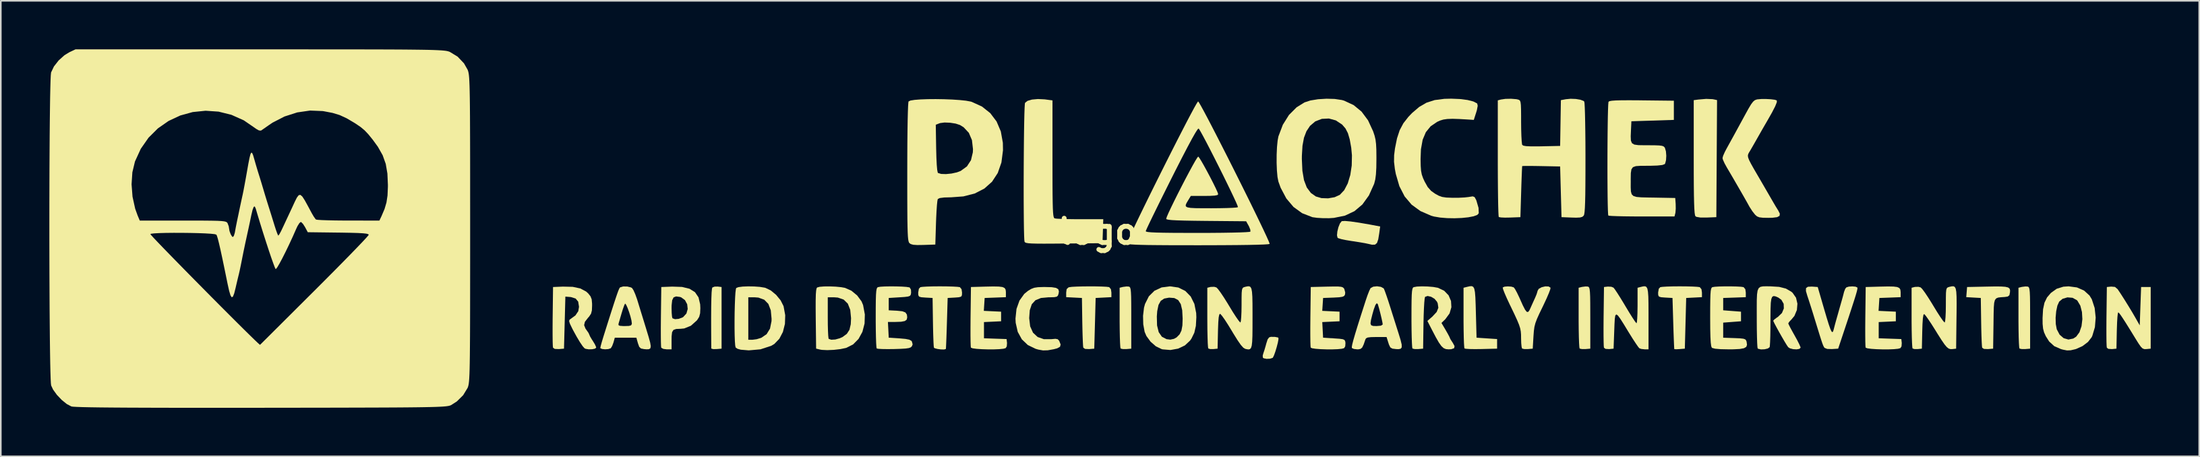
<source format=kicad_pcb>
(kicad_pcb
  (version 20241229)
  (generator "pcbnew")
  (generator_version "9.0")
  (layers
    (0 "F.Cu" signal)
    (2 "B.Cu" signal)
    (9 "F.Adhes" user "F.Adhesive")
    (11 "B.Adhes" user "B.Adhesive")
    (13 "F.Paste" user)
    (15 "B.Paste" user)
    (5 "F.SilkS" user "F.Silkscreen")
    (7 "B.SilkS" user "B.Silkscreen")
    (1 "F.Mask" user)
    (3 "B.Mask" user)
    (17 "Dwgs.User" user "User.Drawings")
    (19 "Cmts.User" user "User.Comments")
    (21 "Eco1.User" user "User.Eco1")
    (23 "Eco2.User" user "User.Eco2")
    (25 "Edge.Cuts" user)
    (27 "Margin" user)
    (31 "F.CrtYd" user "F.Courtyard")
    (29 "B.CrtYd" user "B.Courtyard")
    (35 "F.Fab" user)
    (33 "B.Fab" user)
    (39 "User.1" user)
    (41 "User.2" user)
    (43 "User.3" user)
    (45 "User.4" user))
  (footprint "logo"
    (layer "F.Cu")
    (at 64.778 11.261)
    (property "Reference" "logo" (at 0 0 0) (layer "F.SilkS") (effects (font (size 1.5 1.5) (thickness 0.3))))
    (attr board_only exclude_from_pos_files exclude_from_bom)
    (fp_poly (pts (xy -23.241 3.429) (xy -23.241 5.334) (xy -23.241 7.239) (xy -23.558 7.265) (xy -23.762 7.266) (xy -23.871 7.235) (xy -23.877 7.223) (xy -23.884 6.211) (xy -23.886 5.364) (xy -23.882 4.677) (xy -23.872 4.147) (xy -23.857 3.77) (xy -23.835 3.54) (xy -23.811 3.457) (xy -23.672 3.405) (xy -23.484 3.401)) (stroke (width 0) (type solid)) (fill yes) (layer "F.SilkS"))
    (fp_poly (pts (xy 37.993 -8.182) (xy 38.08 -8.166) (xy 38.271 -8.124) (xy 38.249 -4.507) (xy 38.227 -0.889) (xy 37.633 -0.865) (xy 37.24 -0.866) (xy 36.997 -0.908) (xy 36.935 -0.945) (xy 36.908 -1.013) (xy 36.885 -1.165) (xy 36.867 -1.413) (xy 36.853 -1.769) (xy 36.842 -2.245) (xy 36.835 -2.854) (xy 36.831 -3.607) (xy 36.83 -4.517) (xy 36.83 -4.585) (xy 36.83 -8.12) (xy 37.105 -8.157) (xy 37.598 -8.199)) (stroke (width 0) (type solid)) (fill yes) (layer "F.SilkS"))
    (fp_poly (pts (xy 10.951 6.512) (xy 11.129 6.546) (xy 11.166 6.567) (xy 11.169 6.667) (xy 11.13 6.876) (xy 11.061 7.143) (xy 10.978 7.418) (xy 10.895 7.651) (xy 10.826 7.791) (xy 10.81 7.808) (xy 10.642 7.861) (xy 10.431 7.869) (xy 10.257 7.833) (xy 10.206 7.796) (xy 10.197 7.664) (xy 10.237 7.521) (xy 10.305 7.319) (xy 10.386 7.041) (xy 10.418 6.921) (xy 10.5 6.666) (xy 10.595 6.541) (xy 10.7 6.509)) (stroke (width 0) (type solid)) (fill yes) (layer "F.SilkS"))
    (fp_poly (pts (xy 1.919 3.401) (xy 1.97 3.421) (xy 2.008 3.472) (xy 2.035 3.574) (xy 2.054 3.75) (xy 2.066 4.019) (xy 2.072 4.402) (xy 2.074 4.921) (xy 2.074 5.335) (xy 2.074 7.239) (xy 1.775 7.264) (xy 1.559 7.265) (xy 1.424 7.235) (xy 1.415 7.229) (xy 1.397 7.13) (xy 1.382 6.887) (xy 1.369 6.526) (xy 1.36 6.071) (xy 1.355 5.548) (xy 1.355 5.322) (xy 1.355 3.475) (xy 1.56 3.423) (xy 1.785 3.394)) (stroke (width 0) (type solid)) (fill yes) (layer "F.SilkS"))
    (fp_poly (pts (xy 30.283 3.401) (xy 30.333 3.421) (xy 30.371 3.472) (xy 30.398 3.574) (xy 30.417 3.75) (xy 30.429 4.019) (xy 30.435 4.402) (xy 30.437 4.921) (xy 30.438 5.335) (xy 30.438 7.239) (xy 30.138 7.264) (xy 29.923 7.265) (xy 29.787 7.235) (xy 29.778 7.229) (xy 29.761 7.13) (xy 29.745 6.887) (xy 29.732 6.526) (xy 29.723 6.071) (xy 29.718 5.548) (xy 29.718 5.322) (xy 29.718 3.475) (xy 29.923 3.423) (xy 30.148 3.394)) (stroke (width 0) (type solid)) (fill yes) (layer "F.SilkS"))
    (fp_poly (pts (xy 57.461 3.401) (xy 57.511 3.421) (xy 57.549 3.472) (xy 57.576 3.574) (xy 57.595 3.75) (xy 57.607 4.019) (xy 57.613 4.402) (xy 57.615 4.921) (xy 57.616 5.335) (xy 57.616 7.239) (xy 57.316 7.264) (xy 57.101 7.265) (xy 56.965 7.235) (xy 56.956 7.229) (xy 56.939 7.13) (xy 56.923 6.887) (xy 56.91 6.526) (xy 56.901 6.071) (xy 56.896 5.548) (xy 56.896 5.322) (xy 56.896 3.475) (xy 57.101 3.423) (xy 57.326 3.394)) (stroke (width 0) (type solid)) (fill yes) (layer "F.SilkS"))
    (fp_poly (pts (xy 15.627 -0.623) (xy 16.134 -0.55) (xy 16.797 -0.436) (xy 16.961 -0.405) (xy 17.454 -0.313) (xy 17.395 0.119) (xy 17.335 0.485) (xy 17.258 0.707) (xy 17.138 0.809) (xy 16.951 0.815) (xy 16.722 0.763) (xy 16.524 0.721) (xy 16.214 0.667) (xy 15.844 0.608) (xy 15.681 0.585) (xy 15.33 0.527) (xy 15.043 0.466) (xy 14.861 0.409) (xy 14.822 0.385) (xy 14.786 0.234) (xy 14.809 -0.004) (xy 14.875 -0.269) (xy 14.967 -0.498) (xy 15.071 -0.632) (xy 15.091 -0.642) (xy 15.279 -0.654)) (stroke (width 0) (type solid)) (fill yes) (layer "F.SilkS"))
    (fp_poly (pts (xy 23.206 3.419) (xy 23.27 3.536) (xy 23.311 3.745) (xy 23.337 4.068) (xy 23.355 4.523) (xy 23.368 4.996) (xy 23.41 6.562) (xy 24.045 6.604) (xy 24.68 6.646) (xy 24.68 6.943) (xy 24.68 7.239) (xy 23.702 7.263) (xy 23.311 7.267) (xy 22.983 7.262) (xy 22.755 7.247) (xy 22.665 7.227) (xy 22.648 7.129) (xy 22.632 6.887) (xy 22.62 6.525) (xy 22.611 6.071) (xy 22.606 5.548) (xy 22.606 5.322) (xy 22.606 3.475) (xy 22.811 3.423) (xy 22.984 3.383) (xy 23.114 3.375)) (stroke (width 0) (type solid)) (fill yes) (layer "F.SilkS"))
    (fp_poly (pts (xy -0.116 3.391) (xy 0.252 3.4) (xy 0.538 3.414) (xy 0.701 3.434) (xy 0.713 3.438) (xy 0.817 3.565) (xy 0.847 3.772) (xy 0.847 4.056) (xy 0.36 4.081) (xy -0.127 4.106) (xy -0.169 5.673) (xy -0.212 7.239) (xy -0.53 7.265) (xy -0.779 7.255) (xy -0.889 7.181) (xy -0.904 7.063) (xy -0.918 6.806) (xy -0.932 6.439) (xy -0.944 5.993) (xy -0.952 5.588) (xy -0.974 4.106) (xy -1.46 4.081) (xy -1.947 4.056) (xy -1.947 3.773) (xy -1.92 3.562) (xy -1.815 3.46) (xy -1.757 3.44) (xy -1.591 3.418) (xy -1.303 3.403) (xy -0.934 3.393) (xy -0.525 3.389)) (stroke (width 0) (type solid)) (fill yes) (layer "F.SilkS"))
    (fp_poly (pts (xy 36.405 3.391) (xy 36.773 3.401) (xy 37.049 3.417) (xy 37.197 3.436) (xy 37.204 3.438) (xy 37.308 3.565) (xy 37.338 3.772) (xy 37.338 4.056) (xy 36.851 4.081) (xy 36.364 4.106) (xy 36.322 5.673) (xy 36.28 7.239) (xy 35.962 7.265) (xy 35.754 7.276) (xy 35.636 7.269) (xy 35.628 7.265) (xy 35.621 7.176) (xy 35.61 6.945) (xy 35.596 6.599) (xy 35.58 6.164) (xy 35.565 5.673) (xy 35.518 4.106) (xy 35.073 4.081) (xy 34.815 4.061) (xy 34.683 4.021) (xy 34.635 3.931) (xy 34.629 3.772) (xy 34.67 3.536) (xy 34.763 3.438) (xy 34.895 3.419) (xy 35.159 3.402) (xy 35.519 3.391) (xy 35.937 3.387) (xy 35.983 3.387)) (stroke (width 0) (type solid)) (fill yes) (layer "F.SilkS"))
    (fp_poly (pts (xy 55.809 3.397) (xy 56.083 3.416) (xy 56.254 3.456) (xy 56.344 3.523) (xy 56.376 3.622) (xy 56.372 3.749) (xy 56.335 3.935) (xy 56.234 4.017) (xy 56.049 4.045) (xy 55.815 4.06) (xy 55.642 4.081) (xy 55.521 4.131) (xy 55.442 4.231) (xy 55.395 4.406) (xy 55.372 4.678) (xy 55.361 5.07) (xy 55.354 5.605) (xy 55.353 5.695) (xy 55.33 7.239) (xy 55.011 7.265) (xy 54.762 7.255) (xy 54.652 7.181) (xy 54.638 7.063) (xy 54.623 6.806) (xy 54.609 6.439) (xy 54.597 5.993) (xy 54.59 5.588) (xy 54.568 4.106) (xy 54.118 4.081) (xy 53.669 4.055) (xy 53.695 3.742) (xy 53.721 3.429) (xy 54.864 3.405) (xy 55.41 3.395)) (stroke (width 0) (type solid)) (fill yes) (layer "F.SilkS"))
    (fp_poly (pts (xy -9.315 3.391) (xy -8.947 3.401) (xy -8.671 3.417) (xy -8.523 3.436) (xy -8.516 3.438) (xy -8.412 3.565) (xy -8.382 3.772) (xy -8.389 3.937) (xy -8.44 4.024) (xy -8.577 4.062) (xy -8.826 4.081) (xy -9.271 4.106) (xy -9.318 5.673) (xy -9.334 6.168) (xy -9.349 6.602) (xy -9.363 6.946) (xy -9.374 7.174) (xy -9.382 7.26) (xy -9.489 7.29) (xy -9.687 7.286) (xy -9.904 7.257) (xy -10.072 7.212) (xy -10.12 7.176) (xy -10.134 7.06) (xy -10.148 6.804) (xy -10.161 6.439) (xy -10.173 5.993) (xy -10.18 5.588) (xy -10.202 4.106) (xy -10.647 4.081) (xy -10.905 4.061) (xy -11.037 4.021) (xy -11.085 3.931) (xy -11.091 3.772) (xy -11.05 3.536) (xy -10.957 3.438) (xy -10.825 3.419) (xy -10.561 3.402) (xy -10.201 3.391) (xy -9.783 3.387) (xy -9.737 3.387)) (stroke (width 0) (type solid)) (fill yes) (layer "F.SilkS"))
    (fp_poly (pts (xy -6.109 3.401) (xy -5.883 3.43) (xy -5.752 3.491) (xy -5.69 3.589) (xy -5.673 3.731) (xy -5.673 3.766) (xy -5.673 4.057) (xy -6.329 4.082) (xy -6.985 4.106) (xy -7.011 4.504) (xy -7.036 4.902) (xy -6.503 4.928) (xy -5.969 4.953) (xy -5.969 5.249) (xy -5.969 5.546) (xy -6.498 5.571) (xy -7.027 5.596) (xy -7.027 6.097) (xy -7.027 6.597) (xy -6.329 6.622) (xy -5.63 6.646) (xy -5.602 6.891) (xy -5.618 7.097) (xy -5.687 7.207) (xy -5.829 7.245) (xy -6.087 7.27) (xy -6.421 7.283) (xy -6.792 7.283) (xy -7.158 7.272) (xy -7.48 7.251) (xy -7.718 7.22) (xy -7.832 7.179) (xy -7.836 7.173) (xy -7.847 7.06) (xy -7.855 6.803) (xy -7.86 6.431) (xy -7.86 5.968) (xy -7.857 5.441) (xy -7.855 5.247) (xy -7.832 3.429) (xy -6.943 3.404) (xy -6.454 3.394)) (stroke (width 0) (type solid)) (fill yes) (layer "F.SilkS"))
    (fp_poly (pts (xy 49.178 3.401) (xy 49.404 3.43) (xy 49.535 3.491) (xy 49.597 3.589) (xy 49.614 3.731) (xy 49.615 3.766) (xy 49.615 4.057) (xy 48.959 4.082) (xy 48.302 4.106) (xy 48.277 4.504) (xy 48.251 4.902) (xy 48.785 4.928) (xy 49.318 4.953) (xy 49.318 5.249) (xy 49.318 5.546) (xy 48.789 5.571) (xy 48.26 5.596) (xy 48.26 6.097) (xy 48.26 6.597) (xy 48.959 6.622) (xy 49.657 6.646) (xy 49.685 6.891) (xy 49.67 7.097) (xy 49.6 7.207) (xy 49.458 7.245) (xy 49.2 7.27) (xy 48.866 7.283) (xy 48.496 7.283) (xy 48.13 7.272) (xy 47.807 7.251) (xy 47.569 7.22) (xy 47.455 7.179) (xy 47.451 7.173) (xy 47.44 7.06) (xy 47.432 6.803) (xy 47.428 6.431) (xy 47.427 5.968) (xy 47.431 5.441) (xy 47.433 5.247) (xy 47.456 3.429) (xy 48.345 3.404) (xy 48.834 3.394)) (stroke (width 0) (type solid)) (fill yes) (layer "F.SilkS"))
    (fp_poly (pts (xy 62.86 3.424) (xy 63.023 3.563) (xy 63.03 3.572) (xy 63.207 3.836) (xy 63.437 4.195) (xy 63.688 4.599) (xy 63.93 4.998) (xy 64.121 5.327) (xy 64.389 5.8) (xy 64.431 4.614) (xy 64.474 3.429) (xy 64.77 3.429) (xy 65.066 3.429) (xy 65.066 5.334) (xy 65.066 7.239) (xy 64.803 7.265) (xy 64.672 7.267) (xy 64.564 7.225) (xy 64.452 7.114) (xy 64.307 6.906) (xy 64.135 6.63) (xy 63.796 6.078) (xy 63.534 5.658) (xy 63.339 5.355) (xy 63.202 5.153) (xy 63.113 5.038) (xy 63.063 4.997) (xy 63.058 4.996) (xy 63.034 5.075) (xy 63.01 5.293) (xy 62.99 5.617) (xy 62.976 6.018) (xy 62.973 6.117) (xy 62.95 7.239) (xy 62.674 7.266) (xy 62.45 7.252) (xy 62.355 7.179) (xy 62.343 7.064) (xy 62.334 6.806) (xy 62.33 6.431) (xy 62.329 5.967) (xy 62.332 5.44) (xy 62.334 5.247) (xy 62.357 3.429) (xy 62.625 3.403)) (stroke (width 0) (type solid)) (fill yes) (layer "F.SilkS"))
    (fp_poly (pts (xy -2.84 3.44) (xy -2.576 3.482) (xy -2.436 3.565) (xy -2.396 3.701) (xy -2.417 3.84) (xy -2.458 3.96) (xy -2.531 4.027) (xy -2.679 4.056) (xy -2.944 4.064) (xy -3.038 4.064) (xy -3.506 4.107) (xy -3.846 4.245) (xy -4.072 4.492) (xy -4.197 4.863) (xy -4.233 5.351) (xy -4.173 5.861) (xy -3.997 6.252) (xy -3.712 6.519) (xy -3.326 6.653) (xy -2.865 6.653) (xy -2.612 6.63) (xy -2.47 6.657) (xy -2.386 6.746) (xy -2.375 6.765) (xy -2.291 6.98) (xy -2.329 7.123) (xy -2.506 7.22) (xy -2.714 7.274) (xy -3.086 7.34) (xy -3.378 7.348) (xy -3.667 7.297) (xy -3.834 7.249) (xy -4.315 7.017) (xy -4.687 6.663) (xy -4.941 6.2) (xy -5.067 5.642) (xy -5.08 5.38) (xy -5.017 4.781) (xy -4.833 4.266) (xy -4.539 3.856) (xy -4.31 3.668) (xy -4.109 3.547) (xy -3.921 3.475) (xy -3.691 3.44) (xy -3.363 3.429) (xy -3.249 3.429)) (stroke (width 0) (type solid)) (fill yes) (layer "F.SilkS"))
    (fp_poly (pts (xy 14.868 3.399) (xy 15.049 3.417) (xy 15.154 3.454) (xy 15.215 3.514) (xy 15.24 3.557) (xy 15.295 3.764) (xy 15.282 3.894) (xy 15.232 3.979) (xy 15.123 4.032) (xy 14.919 4.063) (xy 14.582 4.082) (xy 14.579 4.082) (xy 13.928 4.106) (xy 13.902 4.504) (xy 13.876 4.902) (xy 14.41 4.928) (xy 14.944 4.953) (xy 14.944 5.249) (xy 14.944 5.546) (xy 14.41 5.571) (xy 13.877 5.596) (xy 13.902 6.079) (xy 13.928 6.562) (xy 14.605 6.604) (xy 14.941 6.627) (xy 15.144 6.655) (xy 15.249 6.702) (xy 15.294 6.782) (xy 15.31 6.891) (xy 15.295 7.097) (xy 15.226 7.207) (xy 15.083 7.246) (xy 14.825 7.271) (xy 14.493 7.283) (xy 14.129 7.282) (xy 13.773 7.27) (xy 13.465 7.247) (xy 13.248 7.214) (xy 13.161 7.173) (xy 13.15 7.06) (xy 13.142 6.803) (xy 13.138 6.431) (xy 13.137 5.968) (xy 13.141 5.441) (xy 13.143 5.247) (xy 13.166 3.429) (xy 14.156 3.405) (xy 14.581 3.397)) (stroke (width 0) (type solid)) (fill yes) (layer "F.SilkS"))
    (fp_poly (pts (xy 4.984 3.46) (xy 5.414 3.673) (xy 5.747 4.014) (xy 5.974 4.472) (xy 6.086 5.038) (xy 6.096 5.294) (xy 6.067 5.829) (xy 5.971 6.253) (xy 5.795 6.614) (xy 5.708 6.74) (xy 5.389 7.038) (xy 4.969 7.237) (xy 4.495 7.322) (xy 4.013 7.282) (xy 3.947 7.265) (xy 3.596 7.095) (xy 3.267 6.808) (xy 3.01 6.456) (xy 2.9 6.2) (xy 2.815 5.734) (xy 2.803 5.245) (xy 3.654 5.245) (xy 3.668 5.804) (xy 3.771 6.22) (xy 3.965 6.501) (xy 4.253 6.651) (xy 4.487 6.681) (xy 4.716 6.631) (xy 4.88 6.539) (xy 5.063 6.351) (xy 5.176 6.12) (xy 5.234 5.803) (xy 5.249 5.386) (xy 5.222 4.862) (xy 5.133 4.484) (xy 4.974 4.238) (xy 4.735 4.111) (xy 4.411 4.086) (xy 4.109 4.142) (xy 3.896 4.285) (xy 3.757 4.537) (xy 3.678 4.92) (xy 3.654 5.245) (xy 2.803 5.245) (xy 2.802 5.21) (xy 2.861 4.71) (xy 2.923 4.479) (xy 3.161 4.004) (xy 3.506 3.661) (xy 3.95 3.454) (xy 4.467 3.387)) (stroke (width 0) (type solid)) (fill yes) (layer "F.SilkS"))
    (fp_poly (pts (xy -25.686 3.424) (xy -25.22 3.537) (xy -24.882 3.75) (xy -24.666 4.068) (xy -24.564 4.498) (xy -24.553 4.734) (xy -24.567 5.051) (xy -24.623 5.269) (xy -24.739 5.455) (xy -24.775 5.5) (xy -25.139 5.824) (xy -25.548 5.99) (xy -25.77 6.011) (xy -26.047 6.023) (xy -26.214 6.081) (xy -26.299 6.219) (xy -26.328 6.47) (xy -26.331 6.698) (xy -26.331 7.281) (xy -26.63 7.281) (xy -26.84 7.254) (xy -26.964 7.186) (xy -26.971 7.173) (xy -26.982 7.06) (xy -26.99 6.803) (xy -26.994 6.431) (xy -26.995 5.968) (xy -26.991 5.441) (xy -26.989 5.247) (xy -26.983 4.738) (xy -26.331 4.738) (xy -26.323 5.034) (xy -26.303 5.259) (xy -26.275 5.362) (xy -26.118 5.417) (xy -25.887 5.396) (xy -25.651 5.308) (xy -25.611 5.283) (xy -25.413 5.066) (xy -25.334 4.786) (xy -25.366 4.495) (xy -25.503 4.239) (xy -25.736 4.068) (xy -25.809 4.043) (xy -26.05 4.01) (xy -26.206 4.07) (xy -26.293 4.246) (xy -26.328 4.558) (xy -26.331 4.738) (xy -26.983 4.738) (xy -26.966 3.429) (xy -26.29 3.404)) (stroke (width 0) (type solid)) (fill yes) (layer "F.SilkS"))
    (fp_poly (pts (xy -3.28 -8.17) (xy -3.225 -8.163) (xy -2.794 -8.106) (xy -2.794 -4.485) (xy -2.793 -3.6) (xy -2.792 -2.87) (xy -2.788 -2.279) (xy -2.781 -1.813) (xy -2.772 -1.457) (xy -2.759 -1.197) (xy -2.742 -1.017) (xy -2.72 -0.903) (xy -2.693 -0.84) (xy -2.66 -0.813) (xy -2.534 -0.796) (xy -2.269 -0.782) (xy -1.898 -0.77) (xy -1.45 -0.764) (xy -1.09 -0.762) (xy 0.345 -0.762) (xy 0.321 -0.021) (xy 0.296 0.72) (xy -2.086 0.742) (xy -2.79 0.748) (xy -3.342 0.75) (xy -3.762 0.747) (xy -4.068 0.739) (xy -4.279 0.724) (xy -4.412 0.702) (xy -4.485 0.672) (xy -4.519 0.633) (xy -4.52 0.629) (xy -4.535 0.508) (xy -4.547 0.238) (xy -4.557 -0.16) (xy -4.564 -0.665) (xy -4.569 -1.259) (xy -4.573 -1.921) (xy -4.574 -2.63) (xy -4.573 -3.367) (xy -4.57 -4.113) (xy -4.565 -4.846) (xy -4.559 -5.547) (xy -4.551 -6.196) (xy -4.541 -6.772) (xy -4.53 -7.257) (xy -4.517 -7.629) (xy -4.503 -7.869) (xy -4.49 -7.954) (xy -4.339 -8.076) (xy -4.061 -8.157) (xy -3.695 -8.19)) (stroke (width 0) (type solid)) (fill yes) (layer "F.SilkS"))
    (fp_poly (pts (xy 39.467 3.397) (xy 39.746 3.412) (xy 39.907 3.436) (xy 39.913 3.438) (xy 40.018 3.565) (xy 40.047 3.773) (xy 40.047 4.057) (xy 39.349 4.082) (xy 38.65 4.106) (xy 38.65 4.487) (xy 38.65 4.868) (xy 39.201 4.911) (xy 39.751 4.953) (xy 39.751 5.249) (xy 39.751 5.546) (xy 39.201 5.588) (xy 38.65 5.63) (xy 38.65 6.096) (xy 38.65 6.562) (xy 39.348 6.586) (xy 39.692 6.601) (xy 39.903 6.625) (xy 40.019 6.668) (xy 40.075 6.743) (xy 40.098 6.82) (xy 40.122 7.002) (xy 40.075 7.13) (xy 39.934 7.212) (xy 39.678 7.259) (xy 39.287 7.279) (xy 38.996 7.281) (xy 38.493 7.271) (xy 38.148 7.242) (xy 37.965 7.193) (xy 37.948 7.18) (xy 37.91 7.082) (xy 37.882 6.865) (xy 37.862 6.517) (xy 37.85 6.026) (xy 37.846 5.38) (xy 37.846 5.284) (xy 37.847 4.68) (xy 37.853 4.225) (xy 37.863 3.897) (xy 37.88 3.675) (xy 37.906 3.538) (xy 37.942 3.465) (xy 37.98 3.438) (xy 38.13 3.414) (xy 38.402 3.397) (xy 38.747 3.389) (xy 39.118 3.389)) (stroke (width 0) (type solid)) (fill yes) (layer "F.SilkS"))
    (fp_poly (pts (xy -21.229 3.395) (xy -20.875 3.421) (xy -20.583 3.468) (xy -20.532 3.481) (xy -20.199 3.641) (xy -19.87 3.915) (xy -19.592 4.253) (xy -19.414 4.606) (xy -19.408 4.627) (xy -19.308 5.172) (xy -19.326 5.708) (xy -19.451 6.205) (xy -19.672 6.629) (xy -19.98 6.948) (xy -20.174 7.064) (xy -20.837 7.28) (xy -21.56 7.344) (xy -22.055 7.303) (xy -22.257 7.247) (xy -22.372 7.168) (xy -22.399 7.041) (xy -22.419 6.78) (xy -22.432 6.415) (xy -22.439 5.976) (xy -22.439 5.497) (xy -22.434 5.006) (xy -22.422 4.536) (xy -22.406 4.118) (xy -22.403 4.064) (xy -21.59 4.064) (xy -21.59 5.376) (xy -21.59 6.689) (xy -21.333 6.689) (xy -21.074 6.655) (xy -20.798 6.572) (xy -20.785 6.567) (xy -20.459 6.344) (xy -20.248 6.001) (xy -20.155 5.539) (xy -20.151 5.395) (xy -20.2 4.868) (xy -20.35 4.475) (xy -20.603 4.215) (xy -20.962 4.083) (xy -21.206 4.064) (xy -21.59 4.064) (xy -22.403 4.064) (xy -22.385 3.783) (xy -22.358 3.562) (xy -22.335 3.488) (xy -22.196 3.436) (xy -21.935 3.402) (xy -21.597 3.389)) (stroke (width 0) (type solid)) (fill yes) (layer "F.SilkS"))
    (fp_poly (pts (xy -16.191 3.406) (xy -15.852 3.439) (xy -15.616 3.481) (xy -15.221 3.656) (xy -14.864 3.949) (xy -14.595 4.312) (xy -14.497 4.542) (xy -14.388 5.126) (xy -14.405 5.686) (xy -14.538 6.198) (xy -14.777 6.636) (xy -15.111 6.974) (xy -15.531 7.187) (xy -15.56 7.196) (xy -15.901 7.267) (xy -16.307 7.313) (xy -16.71 7.33) (xy -17.043 7.314) (xy -17.145 7.297) (xy -17.399 7.237) (xy -17.422 5.382) (xy -17.427 4.738) (xy -17.426 4.247) (xy -17.421 4.064) (xy -16.679 4.064) (xy -16.679 5.32) (xy -16.676 5.765) (xy -16.666 6.148) (xy -16.651 6.439) (xy -16.632 6.606) (xy -16.623 6.632) (xy -16.465 6.687) (xy -16.216 6.673) (xy -15.935 6.596) (xy -15.76 6.516) (xy -15.501 6.323) (xy -15.339 6.073) (xy -15.258 5.728) (xy -15.24 5.355) (xy -15.29 4.84) (xy -15.44 4.458) (xy -15.696 4.206) (xy -16.059 4.081) (xy -16.295 4.064) (xy -16.679 4.064) (xy -17.421 4.064) (xy -17.417 3.89) (xy -17.398 3.651) (xy -17.371 3.512) (xy -17.337 3.458) (xy -17.18 3.416) (xy -16.904 3.394) (xy -16.558 3.391)) (stroke (width 0) (type solid)) (fill yes) (layer "F.SilkS"))
    (fp_poly (pts (xy 60.51 3.455) (xy 60.95 3.649) (xy 61.286 3.955) (xy 61.428 4.187) (xy 61.604 4.725) (xy 61.667 5.318) (xy 61.619 5.911) (xy 61.46 6.444) (xy 61.416 6.536) (xy 61.191 6.825) (xy 60.855 7.079) (xy 60.465 7.256) (xy 60.41 7.273) (xy 60.121 7.34) (xy 59.896 7.349) (xy 59.641 7.299) (xy 59.524 7.267) (xy 59.109 7.086) (xy 58.792 6.796) (xy 58.584 6.468) (xy 58.477 6.231) (xy 58.416 5.998) (xy 58.388 5.71) (xy 58.385 5.34) (xy 58.386 5.325) (xy 59.191 5.325) (xy 59.201 5.715) (xy 59.261 6.037) (xy 59.262 6.04) (xy 59.439 6.376) (xy 59.689 6.591) (xy 59.981 6.675) (xy 60.283 6.614) (xy 60.463 6.497) (xy 60.664 6.224) (xy 60.792 5.847) (xy 60.844 5.414) (xy 60.819 4.976) (xy 60.718 4.581) (xy 60.538 4.277) (xy 60.501 4.239) (xy 60.236 4.095) (xy 59.921 4.069) (xy 59.62 4.158) (xy 59.413 4.331) (xy 59.302 4.574) (xy 59.227 4.925) (xy 59.191 5.325) (xy 58.386 5.325) (xy 58.415 4.807) (xy 58.503 4.397) (xy 58.662 4.071) (xy 58.9 3.794) (xy 59.258 3.537) (xy 59.671 3.409) (xy 59.995 3.387)) (stroke (width 0) (type solid)) (fill yes) (layer "F.SilkS"))
    (fp_poly (pts (xy 33.908 3.426) (xy 33.966 3.533) (xy 34.002 3.725) (xy 34.024 4.02) (xy 34.033 4.436) (xy 34.036 4.992) (xy 34.036 5.374) (xy 34.036 7.281) (xy 33.803 7.28) (xy 33.595 7.258) (xy 33.473 7.217) (xy 33.394 7.124) (xy 33.249 6.915) (xy 33.056 6.621) (xy 32.837 6.27) (xy 32.808 6.223) (xy 32.513 5.738) (xy 32.295 5.394) (xy 32.143 5.189) (xy 32.044 5.122) (xy 31.984 5.191) (xy 31.952 5.395) (xy 31.933 5.731) (xy 31.919 6.108) (xy 31.877 7.239) (xy 31.601 7.266) (xy 31.377 7.252) (xy 31.282 7.179) (xy 31.27 7.064) (xy 31.262 6.806) (xy 31.257 6.431) (xy 31.256 5.967) (xy 31.259 5.44) (xy 31.261 5.247) (xy 31.284 3.429) (xy 31.522 3.402) (xy 31.737 3.413) (xy 31.873 3.468) (xy 31.955 3.572) (xy 32.104 3.794) (xy 32.3 4.103) (xy 32.525 4.472) (xy 32.609 4.614) (xy 32.834 4.988) (xy 33.032 5.304) (xy 33.186 5.536) (xy 33.279 5.657) (xy 33.295 5.669) (xy 33.319 5.591) (xy 33.338 5.375) (xy 33.352 5.052) (xy 33.358 4.654) (xy 33.359 4.574) (xy 33.359 3.475) (xy 33.57 3.421) (xy 33.715 3.388) (xy 33.826 3.384)) (stroke (width 0) (type solid)) (fill yes) (layer "F.SilkS"))
    (fp_poly (pts (xy 27.862 3.396) (xy 27.982 3.47) (xy 27.965 3.572) (xy 27.883 3.795) (xy 27.748 4.111) (xy 27.573 4.488) (xy 27.503 4.634) (xy 27.291 5.071) (xy 27.143 5.399) (xy 27.046 5.659) (xy 26.986 5.893) (xy 26.952 6.141) (xy 26.929 6.447) (xy 26.927 6.477) (xy 26.882 7.239) (xy 26.582 7.264) (xy 26.367 7.265) (xy 26.231 7.235) (xy 26.222 7.229) (xy 26.192 7.119) (xy 26.17 6.89) (xy 26.162 6.6) (xy 26.159 6.37) (xy 26.143 6.172) (xy 26.105 5.977) (xy 26.034 5.757) (xy 25.92 5.48) (xy 25.754 5.119) (xy 25.526 4.643) (xy 25.453 4.494) (xy 25.28 4.123) (xy 25.142 3.807) (xy 25.053 3.576) (xy 25.026 3.461) (xy 25.028 3.457) (xy 25.139 3.407) (xy 25.34 3.39) (xy 25.556 3.405) (xy 25.709 3.451) (xy 25.786 3.554) (xy 25.906 3.772) (xy 26.045 4.062) (xy 26.084 4.149) (xy 26.268 4.56) (xy 26.405 4.826) (xy 26.508 4.96) (xy 26.592 4.974) (xy 26.67 4.88) (xy 26.746 4.72) (xy 26.863 4.457) (xy 26.997 4.162) (xy 27.021 4.112) (xy 27.118 3.881) (xy 27.173 3.706) (xy 27.178 3.67) (xy 27.252 3.542) (xy 27.432 3.443) (xy 27.656 3.389)) (stroke (width 0) (type solid)) (fill yes) (layer "F.SilkS"))
    (fp_poly (pts (xy 46.83 3.408) (xy 46.939 3.458) (xy 46.947 3.499) (xy 46.936 3.584) (xy 46.901 3.728) (xy 46.838 3.947) (xy 46.741 4.257) (xy 46.606 4.674) (xy 46.429 5.215) (xy 46.204 5.893) (xy 46.108 6.181) (xy 45.755 7.239) (xy 45.37 7.264) (xy 45.078 7.256) (xy 44.914 7.19) (xy 44.905 7.18) (xy 44.867 7.121) (xy 44.826 7.036) (xy 44.775 6.903) (xy 44.706 6.697) (xy 44.61 6.396) (xy 44.481 5.978) (xy 44.322 5.461) (xy 44.186 5.019) (xy 44.05 4.587) (xy 43.931 4.218) (xy 43.852 3.983) (xy 43.763 3.678) (xy 43.768 3.497) (xy 43.883 3.414) (xy 44.122 3.402) (xy 44.196 3.407) (xy 44.492 3.429) (xy 44.873 4.741) (xy 45.04 5.308) (xy 45.169 5.725) (xy 45.266 6.006) (xy 45.339 6.167) (xy 45.394 6.22) (xy 45.438 6.181) (xy 45.476 6.062) (xy 45.478 6.053) (xy 45.545 5.793) (xy 45.624 5.503) (xy 45.63 5.482) (xy 45.719 5.169) (xy 45.808 4.853) (xy 45.809 4.847) (xy 45.896 4.543) (xy 45.982 4.243) (xy 45.985 4.233) (xy 46.058 3.967) (xy 46.118 3.732) (xy 46.12 3.725) (xy 46.191 3.54) (xy 46.262 3.451) (xy 46.415 3.404) (xy 46.63 3.39)) (stroke (width 0) (type solid)) (fill yes) (layer "F.SilkS"))
    (fp_poly (pts (xy -12.444 3.392) (xy -12.095 3.403) (xy -11.812 3.423) (xy -11.638 3.451) (xy -11.614 3.461) (xy -11.539 3.593) (xy -11.529 3.777) (xy -11.549 3.899) (xy -11.6 3.974) (xy -11.716 4.017) (xy -11.934 4.044) (xy -12.234 4.064) (xy -12.912 4.106) (xy -12.912 4.487) (xy -12.912 4.868) (xy -12.406 4.894) (xy -12.075 4.928) (xy -11.881 5.001) (xy -11.79 5.134) (xy -11.77 5.304) (xy -11.802 5.445) (xy -11.918 5.532) (xy -12.148 5.576) (xy -12.499 5.588) (xy -12.962 5.588) (xy -12.937 6.075) (xy -12.912 6.562) (xy -12.243 6.604) (xy -11.876 6.637) (xy -11.645 6.683) (xy -11.516 6.753) (xy -11.482 6.795) (xy -11.434 6.977) (xy -11.482 7.091) (xy -11.546 7.156) (xy -11.663 7.201) (xy -11.862 7.231) (xy -12.174 7.25) (xy -12.587 7.263) (xy -12.985 7.267) (xy -13.32 7.262) (xy -13.556 7.248) (xy -13.657 7.227) (xy -13.674 7.129) (xy -13.69 6.886) (xy -13.702 6.525) (xy -13.711 6.071) (xy -13.716 5.549) (xy -13.716 5.329) (xy -13.715 4.717) (xy -13.71 4.254) (xy -13.7 3.918) (xy -13.683 3.689) (xy -13.658 3.547) (xy -13.624 3.469) (xy -13.582 3.438) (xy -13.426 3.411) (xy -13.154 3.395) (xy -12.812 3.389)) (stroke (width 0) (type solid)) (fill yes) (layer "F.SilkS"))
    (fp_poly (pts (xy -32.439 3.418) (xy -31.968 3.518) (xy -31.611 3.708) (xy -31.481 3.826) (xy -31.339 4.004) (xy -31.267 4.189) (xy -31.243 4.45) (xy -31.242 4.572) (xy -31.254 4.873) (xy -31.306 5.076) (xy -31.421 5.25) (xy -31.496 5.334) (xy -31.686 5.58) (xy -31.735 5.787) (xy -31.648 6.003) (xy -31.581 6.096) (xy -31.464 6.264) (xy -31.413 6.374) (xy -31.413 6.376) (xy -31.368 6.482) (xy -31.257 6.669) (xy -31.2 6.755) (xy -31.07 6.969) (xy -30.995 7.136) (xy -30.988 7.174) (xy -31.061 7.239) (xy -31.237 7.275) (xy -31.452 7.28) (xy -31.641 7.249) (xy -31.708 7.217) (xy -31.825 7.086) (xy -31.994 6.836) (xy -32.194 6.502) (xy -32.406 6.116) (xy -32.473 5.986) (xy -32.605 5.714) (xy -32.659 5.552) (xy -32.644 5.462) (xy -32.597 5.422) (xy -32.271 5.184) (xy -32.095 4.921) (xy -32.05 4.652) (xy -32.1 4.335) (xy -32.259 4.141) (xy -32.545 4.051) (xy -32.597 4.046) (xy -32.893 4.022) (xy -32.935 5.63) (xy -32.978 7.239) (xy -33.296 7.265) (xy -33.549 7.255) (xy -33.657 7.179) (xy -33.669 7.063) (xy -33.678 6.806) (xy -33.682 6.431) (xy -33.683 5.967) (xy -33.68 5.44) (xy -33.678 5.247) (xy -33.655 3.429) (xy -33.043 3.404)) (stroke (width 0) (type solid)) (fill yes) (layer "F.SilkS"))
    (fp_poly (pts (xy 52.962 3.425) (xy 53.018 3.532) (xy 53.053 3.725) (xy 53.07 4.02) (xy 53.075 4.438) (xy 53.071 4.996) (xy 53.066 5.353) (xy 53.044 7.239) (xy 52.816 7.265) (xy 52.695 7.268) (xy 52.584 7.234) (xy 52.467 7.142) (xy 52.326 6.974) (xy 52.144 6.71) (xy 51.902 6.33) (xy 51.733 6.057) (xy 51.511 5.706) (xy 51.313 5.411) (xy 51.161 5.2) (xy 51.073 5.102) (xy 51.068 5.099) (xy 51.023 5.156) (xy 50.988 5.367) (xy 50.964 5.737) (xy 50.951 6.153) (xy 50.927 7.239) (xy 50.67 7.264) (xy 50.469 7.264) (xy 50.352 7.229) (xy 50.335 7.13) (xy 50.319 6.887) (xy 50.306 6.526) (xy 50.297 6.071) (xy 50.292 5.548) (xy 50.292 5.322) (xy 50.292 3.475) (xy 50.496 3.423) (xy 50.719 3.416) (xy 50.856 3.456) (xy 50.954 3.557) (xy 51.116 3.775) (xy 51.322 4.084) (xy 51.553 4.453) (xy 51.642 4.601) (xy 51.869 4.973) (xy 52.069 5.282) (xy 52.225 5.504) (xy 52.321 5.614) (xy 52.34 5.62) (xy 52.366 5.524) (xy 52.388 5.293) (xy 52.403 4.96) (xy 52.409 4.559) (xy 52.409 4.526) (xy 52.41 4.089) (xy 52.416 3.792) (xy 52.434 3.607) (xy 52.468 3.503) (xy 52.525 3.452) (xy 52.61 3.424) (xy 52.62 3.421) (xy 52.767 3.388) (xy 52.88 3.383)) (stroke (width 0) (type solid)) (fill yes) (layer "F.SilkS"))
    (fp_poly (pts (xy 20.392 3.397) (xy 20.738 3.426) (xy 21.014 3.475) (xy 21.029 3.479) (xy 21.411 3.661) (xy 21.682 3.943) (xy 21.832 4.293) (xy 21.855 4.676) (xy 21.743 5.06) (xy 21.486 5.411) (xy 21.485 5.413) (xy 21.242 5.65) (xy 21.501 6.088) (xy 21.638 6.328) (xy 21.732 6.506) (xy 21.759 6.573) (xy 21.804 6.667) (xy 21.913 6.836) (xy 21.934 6.866) (xy 22.051 7.08) (xy 22.025 7.211) (xy 21.85 7.273) (xy 21.681 7.281) (xy 21.517 7.266) (xy 21.375 7.206) (xy 21.237 7.079) (xy 21.083 6.864) (xy 20.896 6.538) (xy 20.659 6.086) (xy 20.372 5.526) (xy 20.686 5.251) (xy 20.945 4.972) (xy 21.05 4.711) (xy 21.01 4.438) (xy 20.963 4.334) (xy 20.811 4.155) (xy 20.598 4.03) (xy 20.384 3.983) (xy 20.229 4.037) (xy 20.204 4.141) (xy 20.18 4.387) (xy 20.159 4.746) (xy 20.142 5.191) (xy 20.131 5.675) (xy 20.108 7.239) (xy 19.809 7.264) (xy 19.593 7.265) (xy 19.458 7.235) (xy 19.449 7.229) (xy 19.431 7.13) (xy 19.416 6.887) (xy 19.403 6.526) (xy 19.394 6.071) (xy 19.389 5.549) (xy 19.389 5.329) (xy 19.39 4.717) (xy 19.395 4.254) (xy 19.405 3.918) (xy 19.422 3.689) (xy 19.447 3.547) (xy 19.481 3.469) (xy 19.523 3.438) (xy 19.725 3.401) (xy 20.034 3.388)) (stroke (width 0) (type solid)) (fill yes) (layer "F.SilkS"))
    (fp_poly (pts (xy 9.442 3.427) (xy 9.499 3.537) (xy 9.535 3.732) (xy 9.556 4.032) (xy 9.565 4.454) (xy 9.567 5.018) (xy 9.567 5.334) (xy 9.566 5.97) (xy 9.561 6.456) (xy 9.546 6.81) (xy 9.518 7.052) (xy 9.472 7.199) (xy 9.403 7.271) (xy 9.307 7.287) (xy 9.18 7.266) (xy 9.113 7.249) (xy 8.996 7.178) (xy 8.842 7.005) (xy 8.64 6.715) (xy 8.377 6.293) (xy 8.288 6.143) (xy 8.059 5.768) (xy 7.853 5.45) (xy 7.688 5.218) (xy 7.581 5.096) (xy 7.559 5.083) (xy 7.512 5.136) (xy 7.476 5.309) (xy 7.451 5.616) (xy 7.434 6.075) (xy 7.432 6.16) (xy 7.408 7.239) (xy 7.151 7.264) (xy 6.951 7.264) (xy 6.834 7.229) (xy 6.816 7.13) (xy 6.8 6.887) (xy 6.788 6.526) (xy 6.778 6.071) (xy 6.774 5.548) (xy 6.773 5.322) (xy 6.773 3.475) (xy 6.977 3.423) (xy 7.2 3.416) (xy 7.338 3.456) (xy 7.435 3.557) (xy 7.597 3.775) (xy 7.804 4.084) (xy 8.035 4.453) (xy 8.124 4.601) (xy 8.35 4.973) (xy 8.55 5.282) (xy 8.706 5.504) (xy 8.803 5.614) (xy 8.821 5.62) (xy 8.848 5.524) (xy 8.869 5.293) (xy 8.884 4.96) (xy 8.89 4.559) (xy 8.89 4.526) (xy 8.891 4.089) (xy 8.897 3.792) (xy 8.915 3.607) (xy 8.95 3.503) (xy 9.007 3.452) (xy 9.091 3.424) (xy 9.101 3.421) (xy 9.248 3.388) (xy 9.359 3.384)) (stroke (width 0) (type solid)) (fill yes) (layer "F.SilkS"))
    (fp_poly (pts (xy 17.498 3.419) (xy 17.665 3.509) (xy 17.687 3.54) (xy 17.743 3.678) (xy 17.837 3.94) (xy 17.954 4.287) (xy 18.074 4.661) (xy 18.22 5.124) (xy 18.373 5.606) (xy 18.51 6.04) (xy 18.588 6.284) (xy 18.716 6.702) (xy 18.784 6.985) (xy 18.787 7.158) (xy 18.722 7.245) (xy 18.585 7.271) (xy 18.436 7.265) (xy 18.209 7.237) (xy 18.083 7.163) (xy 18 6.994) (xy 17.962 6.879) (xy 17.849 6.519) (xy 17.219 6.519) (xy 16.886 6.526) (xy 16.685 6.55) (xy 16.581 6.601) (xy 16.542 6.668) (xy 16.435 6.98) (xy 16.347 7.164) (xy 16.249 7.252) (xy 16.114 7.28) (xy 16.039 7.281) (xy 15.832 7.258) (xy 15.709 7.201) (xy 15.705 7.196) (xy 15.702 7.123) (xy 15.733 6.959) (xy 15.802 6.693) (xy 15.912 6.315) (xy 16.066 5.811) (xy 16.107 5.68) (xy 16.857 5.68) (xy 16.897 5.791) (xy 17.015 5.835) (xy 17.225 5.842) (xy 17.23 5.842) (xy 17.5 5.819) (xy 17.608 5.75) (xy 17.611 5.733) (xy 17.59 5.598) (xy 17.538 5.357) (xy 17.468 5.064) (xy 17.393 4.776) (xy 17.327 4.549) (xy 17.307 4.487) (xy 17.245 4.429) (xy 17.162 4.537) (xy 17.061 4.809) (xy 16.971 5.128) (xy 16.886 5.47) (xy 16.857 5.68) (xy 16.107 5.68) (xy 16.268 5.173) (xy 16.521 4.387) (xy 16.57 4.235) (xy 16.679 3.919) (xy 16.781 3.661) (xy 16.856 3.507) (xy 16.865 3.494) (xy 17.026 3.408) (xy 17.261 3.384)) (stroke (width 0) (type solid)) (fill yes) (layer "F.SilkS"))
    (fp_poly (pts (xy 41.596 -8.176) (xy 41.836 -8.146) (xy 41.962 -8.104) (xy 41.964 -8.102) (xy 41.962 -7.987) (xy 41.862 -7.738) (xy 41.663 -7.352) (xy 41.431 -6.943) (xy 41.05 -6.284) (xy 40.715 -5.694) (xy 40.555 -5.413) (xy 40.376 -5.102) (xy 40.327 -5.018) (xy 40.25 -4.892) (xy 40.197 -4.79) (xy 40.175 -4.69) (xy 40.193 -4.57) (xy 40.257 -4.405) (xy 40.376 -4.174) (xy 40.557 -3.853) (xy 40.81 -3.419) (xy 40.977 -3.133) (xy 41.212 -2.728) (xy 41.43 -2.352) (xy 41.61 -2.041) (xy 41.732 -1.831) (xy 41.753 -1.794) (xy 41.9 -1.544) (xy 42.04 -1.319) (xy 42.048 -1.308) (xy 42.149 -1.106) (xy 42.133 -0.97) (xy 41.985 -0.889) (xy 41.692 -0.852) (xy 41.443 -0.847) (xy 41.103 -0.853) (xy 40.885 -0.879) (xy 40.742 -0.936) (xy 40.625 -1.037) (xy 40.615 -1.048) (xy 40.452 -1.256) (xy 40.283 -1.517) (xy 40.249 -1.577) (xy 40.153 -1.752) (xy 40.031 -1.968) (xy 39.871 -2.249) (xy 39.657 -2.62) (xy 39.376 -3.105) (xy 39.287 -3.26) (xy 39.161 -3.475) (xy 38.993 -3.761) (xy 38.874 -3.962) (xy 38.732 -4.221) (xy 38.636 -4.436) (xy 38.608 -4.541) (xy 38.647 -4.684) (xy 38.748 -4.914) (xy 38.85 -5.109) (xy 39.116 -5.592) (xy 39.345 -6.007) (xy 39.568 -6.416) (xy 39.819 -6.876) (xy 40.004 -7.216) (xy 40.218 -7.604) (xy 40.376 -7.867) (xy 40.5 -8.03) (xy 40.608 -8.12) (xy 40.723 -8.162) (xy 40.759 -8.169) (xy 41.003 -8.191) (xy 41.301 -8.192)) (stroke (width 0) (type solid)) (fill yes) (layer "F.SilkS"))
    (fp_poly (pts (xy 22.384 -8.19) (xy 22.85 -8.131) (xy 23.21 -8.04) (xy 23.436 -7.924) (xy 23.451 -7.91) (xy 23.482 -7.771) (xy 23.429 -7.497) (xy 23.388 -7.362) (xy 23.24 -6.9) (xy 22.902 -6.923) (xy 22.345 -6.955) (xy 21.924 -6.968) (xy 21.606 -6.957) (xy 21.36 -6.922) (xy 21.153 -6.859) (xy 20.978 -6.78) (xy 20.575 -6.507) (xy 20.278 -6.143) (xy 20.08 -5.674) (xy 19.974 -5.084) (xy 19.951 -4.485) (xy 19.959 -4.064) (xy 19.981 -3.761) (xy 20.026 -3.524) (xy 20.104 -3.302) (xy 20.203 -3.087) (xy 20.392 -2.75) (xy 20.601 -2.514) (xy 20.846 -2.339) (xy 21.074 -2.214) (xy 21.285 -2.139) (xy 21.541 -2.101) (xy 21.899 -2.087) (xy 21.947 -2.086) (xy 22.322 -2.089) (xy 22.672 -2.107) (xy 22.932 -2.136) (xy 22.963 -2.142) (xy 23.174 -2.174) (xy 23.289 -2.129) (xy 23.377 -1.97) (xy 23.401 -1.914) (xy 23.532 -1.465) (xy 23.547 -1.13) (xy 23.457 -1.028) (xy 23.231 -0.944) (xy 22.899 -0.88) (xy 22.495 -0.839) (xy 22.049 -0.821) (xy 21.594 -0.829) (xy 21.161 -0.864) (xy 20.782 -0.928) (xy 20.606 -0.977) (xy 19.94 -1.267) (xy 19.396 -1.663) (xy 18.966 -2.171) (xy 18.642 -2.801) (xy 18.42 -3.562) (xy 18.362 -3.871) (xy 18.311 -4.312) (xy 18.317 -4.719) (xy 18.369 -5.135) (xy 18.495 -5.76) (xy 18.66 -6.264) (xy 18.888 -6.692) (xy 19.201 -7.092) (xy 19.424 -7.324) (xy 19.865 -7.701) (xy 20.318 -7.964) (xy 20.823 -8.126) (xy 21.421 -8.202) (xy 21.844 -8.212)) (stroke (width 0) (type solid)) (fill yes) (layer "F.SilkS"))
    (fp_poly (pts (xy -29.069 3.398) (xy -28.842 3.453) (xy -28.773 3.493) (xy -28.687 3.621) (xy -28.578 3.865) (xy -28.466 4.175) (xy -28.448 4.233) (xy -28.348 4.558) (xy -28.215 4.992) (xy -28.064 5.48) (xy -27.913 5.971) (xy -27.893 6.038) (xy -27.747 6.518) (xy -27.654 6.859) (xy -27.617 7.083) (xy -27.639 7.213) (xy -27.721 7.271) (xy -27.867 7.28) (xy -28.036 7.266) (xy -28.223 7.228) (xy -28.33 7.125) (xy -28.409 6.907) (xy -28.411 6.9) (xy -28.506 6.562) (xy -29.172 6.562) (xy -29.839 6.562) (xy -29.921 6.858) (xy -30 7.072) (xy -30.083 7.208) (xy -30.094 7.217) (xy -30.24 7.265) (xy -30.44 7.279) (xy -30.626 7.259) (xy -30.729 7.21) (xy -30.734 7.193) (xy -30.71 7.076) (xy -30.646 6.841) (xy -30.553 6.532) (xy -30.515 6.41) (xy -30.317 5.781) (xy -29.612 5.781) (xy -29.532 5.826) (xy -29.332 5.841) (xy -29.22 5.842) (xy -28.963 5.834) (xy -28.833 5.798) (xy -28.789 5.718) (xy -28.787 5.669) (xy -28.811 5.49) (xy -28.872 5.244) (xy -28.956 4.974) (xy -29.048 4.724) (xy -29.132 4.536) (xy -29.194 4.455) (xy -29.207 4.459) (xy -29.261 4.573) (xy -29.341 4.798) (xy -29.415 5.038) (xy -29.501 5.332) (xy -29.572 5.576) (xy -29.607 5.694) (xy -29.612 5.781) (xy -30.317 5.781) (xy -30.272 5.638) (xy -30.073 5.013) (xy -29.914 4.518) (xy -29.79 4.14) (xy -29.695 3.862) (xy -29.625 3.669) (xy -29.573 3.546) (xy -29.536 3.478) (xy -29.511 3.451) (xy -29.323 3.395)) (stroke (width 0) (type solid)) (fill yes) (layer "F.SilkS"))
    (fp_poly (pts (xy 41.566 3.387) (xy 42.105 3.42) (xy 42.523 3.525) (xy 42.852 3.714) (xy 42.941 3.79) (xy 43.15 4.09) (xy 43.237 4.459) (xy 43.204 4.849) (xy 43.053 5.212) (xy 42.881 5.421) (xy 42.739 5.57) (xy 42.673 5.672) (xy 42.672 5.678) (xy 42.711 5.773) (xy 42.817 5.979) (xy 42.97 6.258) (xy 43.052 6.404) (xy 43.222 6.711) (xy 43.352 6.969) (xy 43.425 7.139) (xy 43.433 7.176) (xy 43.363 7.251) (xy 43.189 7.282) (xy 42.973 7.27) (xy 42.775 7.219) (xy 42.666 7.147) (xy 42.58 7.021) (xy 42.443 6.797) (xy 42.277 6.513) (xy 42.103 6.207) (xy 41.943 5.916) (xy 41.818 5.68) (xy 41.749 5.535) (xy 41.742 5.511) (xy 41.807 5.438) (xy 41.968 5.316) (xy 42.036 5.271) (xy 42.281 5.035) (xy 42.398 4.753) (xy 42.387 4.468) (xy 42.246 4.219) (xy 42.051 4.078) (xy 41.888 4.008) (xy 41.767 3.986) (xy 41.682 4.033) (xy 41.625 4.166) (xy 41.592 4.404) (xy 41.577 4.766) (xy 41.572 5.271) (xy 41.571 5.536) (xy 41.568 6.027) (xy 41.561 6.465) (xy 41.549 6.819) (xy 41.534 7.058) (xy 41.52 7.147) (xy 41.412 7.228) (xy 41.21 7.277) (xy 40.985 7.286) (xy 40.812 7.247) (xy 40.781 7.225) (xy 40.765 7.127) (xy 40.75 6.885) (xy 40.738 6.525) (xy 40.729 6.071) (xy 40.725 5.55) (xy 40.725 5.329) (xy 40.724 4.706) (xy 40.726 4.232) (xy 40.741 3.887) (xy 40.776 3.65) (xy 40.842 3.502) (xy 40.946 3.421) (xy 41.098 3.389) (xy 41.305 3.384)) (stroke (width 0) (type solid)) (fill yes) (layer "F.SilkS"))
    (fp_poly (pts (xy 33.519 -8.11) (xy 33.619 -8.108) (xy 35.602 -8.086) (xy 35.602 -7.493) (xy 35.602 -6.9) (xy 34.29 -6.858) (xy 32.978 -6.816) (xy 32.952 -6.268) (xy 32.936 -5.884) (xy 32.947 -5.624) (xy 33.012 -5.462) (xy 33.157 -5.375) (xy 33.408 -5.34) (xy 33.792 -5.334) (xy 33.992 -5.334) (xy 34.415 -5.331) (xy 34.7 -5.32) (xy 34.878 -5.296) (xy 34.981 -5.253) (xy 35.039 -5.187) (xy 35.049 -5.17) (xy 35.111 -4.961) (xy 35.134 -4.686) (xy 35.118 -4.413) (xy 35.066 -4.211) (xy 35.035 -4.166) (xy 34.889 -4.113) (xy 34.58 -4.079) (xy 34.111 -4.064) (xy 33.987 -4.064) (xy 33.55 -4.063) (xy 33.255 -4.043) (xy 33.074 -3.979) (xy 32.979 -3.844) (xy 32.943 -3.613) (xy 32.937 -3.26) (xy 32.938 -3.09) (xy 32.936 -2.736) (xy 32.948 -2.48) (xy 32.995 -2.306) (xy 33.103 -2.198) (xy 33.295 -2.139) (xy 33.594 -2.113) (xy 34.024 -2.103) (xy 34.363 -2.098) (xy 35.687 -2.074) (xy 35.714 -1.7) (xy 35.719 -1.419) (xy 35.701 -1.179) (xy 35.691 -1.129) (xy 35.641 -0.931) (xy 33.625 -0.931) (xy 33.057 -0.934) (xy 32.546 -0.94) (xy 32.117 -0.95) (xy 31.793 -0.962) (xy 31.598 -0.977) (xy 31.552 -0.988) (xy 31.538 -1.085) (xy 31.526 -1.329) (xy 31.516 -1.699) (xy 31.508 -2.173) (xy 31.503 -2.728) (xy 31.499 -3.344) (xy 31.498 -3.999) (xy 31.499 -4.669) (xy 31.502 -5.335) (xy 31.507 -5.973) (xy 31.514 -6.563) (xy 31.522 -7.082) (xy 31.533 -7.508) (xy 31.545 -7.819) (xy 31.56 -7.995) (xy 31.567 -8.024) (xy 31.628 -8.059) (xy 31.773 -8.085) (xy 32.018 -8.103) (xy 32.379 -8.112) (xy 32.874 -8.114)) (stroke (width 0) (type solid)) (fill yes) (layer "F.SilkS"))
    (fp_poly (pts (xy 25.868 -8.181) (xy 25.971 -8.159) (xy 26.043 -8.134) (xy 26.094 -8.087) (xy 26.128 -7.992) (xy 26.149 -7.824) (xy 26.159 -7.556) (xy 26.163 -7.163) (xy 26.163 -6.785) (xy 26.168 -6.322) (xy 26.18 -5.916) (xy 26.198 -5.598) (xy 26.22 -5.399) (xy 26.233 -5.353) (xy 26.31 -5.306) (xy 26.484 -5.277) (xy 26.777 -5.264) (xy 27.208 -5.264) (xy 27.439 -5.268) (xy 28.575 -5.292) (xy 28.598 -6.706) (xy 28.621 -8.121) (xy 28.921 -8.177) (xy 29.223 -8.206) (xy 29.543 -8.194) (xy 29.827 -8.147) (xy 30.022 -8.073) (xy 30.066 -8.031) (xy 30.082 -7.924) (xy 30.097 -7.666) (xy 30.11 -7.276) (xy 30.121 -6.773) (xy 30.13 -6.175) (xy 30.137 -5.502) (xy 30.14 -4.772) (xy 30.14 -4.525) (xy 30.139 -3.626) (xy 30.135 -2.883) (xy 30.129 -2.284) (xy 30.118 -1.815) (xy 30.104 -1.464) (xy 30.085 -1.217) (xy 30.062 -1.062) (xy 30.034 -0.986) (xy 29.947 -0.909) (xy 29.803 -0.868) (xy 29.561 -0.857) (xy 29.293 -0.864) (xy 28.66 -0.889) (xy 28.617 -2.455) (xy 28.575 -4.022) (xy 27.411 -4.045) (xy 26.987 -4.052) (xy 26.63 -4.055) (xy 26.371 -4.053) (xy 26.24 -4.048) (xy 26.23 -4.045) (xy 26.223 -3.957) (xy 26.212 -3.727) (xy 26.198 -3.381) (xy 26.182 -2.947) (xy 26.167 -2.455) (xy 26.12 -0.889) (xy 25.481 -0.865) (xy 25.166 -0.86) (xy 24.92 -0.871) (xy 24.79 -0.895) (xy 24.782 -0.9) (xy 24.77 -0.995) (xy 24.758 -1.241) (xy 24.747 -1.621) (xy 24.738 -2.117) (xy 24.731 -2.71) (xy 24.726 -3.384) (xy 24.723 -4.12) (xy 24.723 -4.534) (xy 24.723 -8.108) (xy 24.913 -8.159) (xy 25.195 -8.2) (xy 25.545 -8.207)) (stroke (width 0) (type solid)) (fill yes) (layer "F.SilkS"))
    (fp_poly (pts (xy 14.644 -8.195) (xy 15.084 -8.13) (xy 15.223 -8.091) (xy 15.813 -7.816) (xy 16.304 -7.413) (xy 16.705 -6.874) (xy 17.021 -6.191) (xy 17.024 -6.181) (xy 17.109 -5.927) (xy 17.166 -5.685) (xy 17.2 -5.413) (xy 17.218 -5.066) (xy 17.223 -4.603) (xy 17.223 -4.487) (xy 17.216 -3.943) (xy 17.193 -3.533) (xy 17.152 -3.221) (xy 17.089 -2.972) (xy 17.075 -2.932) (xy 16.758 -2.23) (xy 16.357 -1.674) (xy 15.866 -1.26) (xy 15.281 -0.984) (xy 14.598 -0.844) (xy 14.308 -0.825) (xy 13.926 -0.826) (xy 13.561 -0.847) (xy 13.284 -0.885) (xy 13.251 -0.893) (xy 12.633 -1.134) (xy 12.1 -1.519) (xy 11.656 -2.044) (xy 11.306 -2.703) (xy 11.165 -3.09) (xy 11.11 -3.372) (xy 11.074 -3.774) (xy 11.056 -4.249) (xy 11.057 -4.485) (xy 12.615 -4.485) (xy 12.648 -3.758) (xy 12.748 -3.175) (xy 12.92 -2.723) (xy 13.171 -2.387) (xy 13.48 -2.168) (xy 13.827 -2.066) (xy 14.238 -2.052) (xy 14.641 -2.122) (xy 14.96 -2.268) (xy 15.232 -2.555) (xy 15.451 -2.974) (xy 15.608 -3.493) (xy 15.697 -4.082) (xy 15.71 -4.709) (xy 15.666 -5.184) (xy 15.573 -5.699) (xy 15.46 -6.082) (xy 15.31 -6.372) (xy 15.109 -6.605) (xy 15.099 -6.615) (xy 14.715 -6.869) (xy 14.286 -6.986) (xy 13.851 -6.965) (xy 13.447 -6.81) (xy 13.12 -6.532) (xy 12.898 -6.197) (xy 12.746 -5.798) (xy 12.654 -5.304) (xy 12.617 -4.686) (xy 12.615 -4.485) (xy 11.057 -4.485) (xy 11.058 -4.748) (xy 11.079 -5.224) (xy 11.119 -5.629) (xy 11.168 -5.884) (xy 11.441 -6.603) (xy 11.819 -7.206) (xy 12.292 -7.68) (xy 12.779 -7.982) (xy 13.144 -8.101) (xy 13.615 -8.177) (xy 14.135 -8.209)) (stroke (width 0) (type solid)) (fill yes) (layer "F.SilkS"))
    (fp_poly (pts (xy -9.496 -8.178) (xy -8.994 -8.159) (xy -8.532 -8.128) (xy -8.14 -8.087) (xy -7.849 -8.034) (xy -7.781 -8.014) (xy -7.152 -7.727) (xy -6.639 -7.319) (xy -6.248 -6.803) (xy -5.986 -6.188) (xy -5.86 -5.485) (xy -5.852 -5.023) (xy -5.949 -4.267) (xy -6.176 -3.617) (xy -6.529 -3.079) (xy -7.002 -2.657) (xy -7.593 -2.353) (xy -8.297 -2.172) (xy -9.044 -2.117) (xy -9.482 -2.105) (xy -9.758 -2.07) (xy -9.88 -2.011) (xy -9.88 -2.011) (xy -9.906 -1.894) (xy -9.933 -1.638) (xy -9.958 -1.276) (xy -9.98 -0.839) (xy -9.991 -0.55) (xy -10.033 0.804) (xy -10.765 0.829) (xy -11.146 0.834) (xy -11.396 0.818) (xy -11.552 0.774) (xy -11.632 0.717) (xy -11.663 0.672) (xy -11.689 0.595) (xy -11.711 0.473) (xy -11.728 0.291) (xy -11.741 0.035) (xy -11.751 -0.308) (xy -11.759 -0.753) (xy -11.763 -1.314) (xy -11.766 -2.004) (xy -11.767 -2.837) (xy -11.767 -3.668) (xy -11.765 -4.607) (xy -11.761 -5.459) (xy -11.753 -6.21) (xy -11.747 -6.603) (xy -10.005 -6.603) (xy -9.982 -5.143) (xy -9.967 -4.576) (xy -9.945 -4.127) (xy -9.917 -3.81) (xy -9.883 -3.642) (xy -9.869 -3.621) (xy -9.674 -3.561) (xy -9.376 -3.551) (xy -9.031 -3.585) (xy -8.697 -3.658) (xy -8.464 -3.747) (xy -8.08 -4.026) (xy -7.831 -4.409) (xy -7.715 -4.895) (xy -7.706 -5.091) (xy -7.77 -5.65) (xy -7.963 -6.102) (xy -8.285 -6.446) (xy -8.509 -6.584) (xy -8.777 -6.672) (xy -9.121 -6.726) (xy -9.465 -6.739) (xy -9.735 -6.704) (xy -9.767 -6.693) (xy -10.005 -6.603) (xy -11.747 -6.603) (xy -11.743 -6.849) (xy -11.73 -7.365) (xy -11.716 -7.744) (xy -11.699 -7.975) (xy -11.686 -8.043) (xy -11.569 -8.097) (xy -11.312 -8.138) (xy -10.947 -8.166) (xy -10.503 -8.182) (xy -10.009 -8.186)) (stroke (width 0) (type solid)) (fill yes) (layer "F.SilkS"))
    (fp_poly (pts (xy 6.262 -7.969) (xy 6.384 -7.759) (xy 6.564 -7.43) (xy 6.794 -6.998) (xy 7.064 -6.479) (xy 7.368 -5.889) (xy 7.697 -5.245) (xy 8.043 -4.564) (xy 8.397 -3.861) (xy 8.752 -3.152) (xy 9.099 -2.455) (xy 9.43 -1.786) (xy 9.736 -1.16) (xy 10.01 -0.595) (xy 10.244 -0.106) (xy 10.429 0.29) (xy 10.557 0.576) (xy 10.619 0.737) (xy 10.623 0.766) (xy 10.528 0.784) (xy 10.272 0.801) (xy 9.865 0.815) (xy 9.315 0.827) (xy 8.63 0.836) (xy 7.821 0.842) (xy 6.895 0.846) (xy 6.215 0.847) (xy 5.213 0.846) (xy 4.368 0.844) (xy 3.668 0.839) (xy 3.1 0.833) (xy 2.654 0.823) (xy 2.317 0.811) (xy 2.076 0.796) (xy 1.92 0.777) (xy 1.837 0.755) (xy 1.815 0.736) (xy 1.843 0.639) (xy 1.94 0.41) (xy 2.098 0.063) (xy 2.137 -0.021) (xy 2.968 -0.021) (xy 3.001 0.007) (xy 3.113 0.03) (xy 3.315 0.049) (xy 3.621 0.063) (xy 4.045 0.073) (xy 4.598 0.08) (xy 5.294 0.083) (xy 6.146 0.085) (xy 6.176 0.085) (xy 6.972 0.083) (xy 7.682 0.077) (xy 8.292 0.067) (xy 8.786 0.055) (xy 9.151 0.039) (xy 9.372 0.022) (xy 9.437 0.006) (xy 9.431 -0.113) (xy 9.354 -0.306) (xy 9.329 -0.354) (xy 9.172 -0.635) (xy 6.703 -0.657) (xy 5.953 -0.666) (xy 5.359 -0.677) (xy 4.906 -0.691) (xy 4.581 -0.708) (xy 4.37 -0.73) (xy 4.259 -0.758) (xy 4.232 -0.784) (xy 4.269 -0.903) (xy 4.37 -1.14) (xy 4.525 -1.47) (xy 4.719 -1.87) (xy 4.941 -2.315) (xy 5.178 -2.78) (xy 5.417 -3.242) (xy 5.647 -3.675) (xy 5.853 -4.055) (xy 6.024 -4.358) (xy 6.148 -4.559) (xy 6.211 -4.635) (xy 6.213 -4.635) (xy 6.28 -4.554) (xy 6.406 -4.353) (xy 6.571 -4.065) (xy 6.759 -3.721) (xy 6.953 -3.356) (xy 7.136 -2.999) (xy 7.29 -2.685) (xy 7.399 -2.445) (xy 7.445 -2.312) (xy 7.445 -2.307) (xy 7.398 -2.255) (xy 7.236 -2.222) (xy 6.94 -2.205) (xy 6.603 -2.201) (xy 5.755 -2.201) (xy 5.587 -1.926) (xy 5.49 -1.762) (xy 5.438 -1.64) (xy 5.449 -1.553) (xy 5.541 -1.496) (xy 5.732 -1.462) (xy 6.04 -1.445) (xy 6.483 -1.44) (xy 7.022 -1.439) (xy 7.526 -1.443) (xy 7.969 -1.452) (xy 8.325 -1.466) (xy 8.566 -1.484) (xy 8.667 -1.505) (xy 8.667 -1.506) (xy 8.641 -1.596) (xy 8.548 -1.814) (xy 8.399 -2.137) (xy 8.205 -2.545) (xy 7.977 -3.014) (xy 7.727 -3.523) (xy 7.464 -4.049) (xy 7.201 -4.571) (xy 6.949 -5.066) (xy 6.718 -5.511) (xy 6.519 -5.886) (xy 6.364 -6.168) (xy 6.264 -6.334) (xy 6.235 -6.369) (xy 6.17 -6.311) (xy 6.034 -6.1) (xy 5.827 -5.737) (xy 5.551 -5.222) (xy 5.204 -4.556) (xy 4.788 -3.741) (xy 4.555 -3.278) (xy 4.216 -2.6) (xy 3.901 -1.967) (xy 3.619 -1.395) (xy 3.377 -0.901) (xy 3.184 -0.501) (xy 3.048 -0.211) (xy 2.977 -0.049) (xy 2.968 -0.021) (xy 2.137 -0.021) (xy 2.308 -0.384) (xy 2.563 -0.915) (xy 2.854 -1.514) (xy 3.173 -2.165) (xy 3.512 -2.85) (xy 3.863 -3.554) (xy 4.217 -4.261) (xy 4.566 -4.953) (xy 4.902 -5.615) (xy 5.218 -6.23) (xy 5.503 -6.782) (xy 5.752 -7.254) (xy 5.954 -7.63) (xy 6.103 -7.893) (xy 6.19 -8.028) (xy 6.206 -8.042)) (stroke (width 0) (type solid)) (fill yes) (layer "F.SilkS"))
    (fp_poly (pts (xy -50.162 -11.261) (xy -48.703 -11.26) (xy -47.396 -11.26) (xy -46.233 -11.259) (xy -45.203 -11.257) (xy -44.3 -11.255) (xy -43.514 -11.252) (xy -42.836 -11.248) (xy -42.258 -11.242) (xy -41.771 -11.236) (xy -41.366 -11.229) (xy -41.034 -11.22) (xy -40.768 -11.209) (xy -40.558 -11.197) (xy -40.395 -11.183) (xy -40.271 -11.168) (xy -40.177 -11.15) (xy -40.105 -11.13) (xy -40.045 -11.108) (xy -40.029 -11.101) (xy -39.55 -10.809) (xy -39.158 -10.396) (xy -38.937 -10.009) (xy -38.912 -9.946) (xy -38.89 -9.873) (xy -38.87 -9.779) (xy -38.853 -9.656) (xy -38.838 -9.493) (xy -38.826 -9.281) (xy -38.815 -9.01) (xy -38.806 -8.672) (xy -38.798 -8.256) (xy -38.792 -7.752) (xy -38.787 -7.151) (xy -38.784 -6.444) (xy -38.781 -5.62) (xy -38.779 -4.671) (xy -38.778 -3.586) (xy -38.778 -2.356) (xy -38.777 -0.972) (xy -38.777 -0.169) (xy -38.777 1.302) (xy -38.778 2.613) (xy -38.779 3.774) (xy -38.78 4.794) (xy -38.782 5.684) (xy -38.785 6.452) (xy -38.79 7.109) (xy -38.795 7.663) (xy -38.802 8.125) (xy -38.81 8.504) (xy -38.82 8.809) (xy -38.832 9.051) (xy -38.845 9.238) (xy -38.861 9.381) (xy -38.879 9.489) (xy -38.9 9.571) (xy -38.923 9.638) (xy -38.935 9.666) (xy -39.208 10.114) (xy -39.599 10.501) (xy -39.954 10.728) (xy -40.004 10.749) (xy -40.068 10.769) (xy -40.155 10.786) (xy -40.274 10.802) (xy -40.433 10.816) (xy -40.641 10.828) (xy -40.906 10.839) (xy -41.237 10.848) (xy -41.643 10.856) (xy -42.132 10.863) (xy -42.713 10.869) (xy -43.394 10.874) (xy -44.185 10.878) (xy -45.093 10.881) (xy -46.128 10.884) (xy -47.297 10.887) (xy -48.61 10.889) (xy -50.076 10.891) (xy -51.689 10.893) (xy -53.48 10.894) (xy -55.107 10.895) (xy -56.573 10.894) (xy -57.883 10.892) (xy -59.042 10.888) (xy -60.055 10.884) (xy -60.925 10.878) (xy -61.657 10.871) (xy -62.256 10.862) (xy -62.727 10.852) (xy -63.073 10.84) (xy -63.3 10.827) (xy -63.412 10.813) (xy -63.415 10.812) (xy -63.701 10.662) (xy -64.015 10.408) (xy -64.313 10.094) (xy -64.548 9.77) (xy -64.667 9.515) (xy -64.684 9.374) (xy -64.699 9.077) (xy -64.713 8.638) (xy -64.726 8.069) (xy -64.737 7.386) (xy -64.747 6.6) (xy -64.755 5.725) (xy -64.763 4.776) (xy -64.768 3.765) (xy -64.773 2.706) (xy -64.776 1.612) (xy -64.778 0.496) (xy -64.778 0.155) (xy -58.538 0.155) (xy -58.487 0.223) (xy -58.328 0.397) (xy -58.076 0.663) (xy -57.742 1.011) (xy -57.34 1.425) (xy -56.882 1.893) (xy -56.383 2.403) (xy -55.853 2.941) (xy -55.307 3.493) (xy -54.758 4.048) (xy -54.217 4.592) (xy -53.699 5.111) (xy -53.215 5.594) (xy -52.78 6.026) (xy -52.405 6.395) (xy -52.104 6.688) (xy -51.89 6.892) (xy -51.775 6.993) (xy -51.76 7.002) (xy -51.698 6.941) (xy -51.527 6.771) (xy -51.257 6.503) (xy -50.901 6.148) (xy -50.467 5.716) (xy -49.968 5.219) (xy -49.414 4.667) (xy -48.816 4.071) (xy -48.391 3.649) (xy -47.769 3.026) (xy -47.184 2.438) (xy -46.648 1.895) (xy -46.17 1.407) (xy -45.763 0.987) (xy -45.436 0.645) (xy -45.201 0.392) (xy -45.069 0.24) (xy -45.043 0.2) (xy -45.075 0.162) (xy -45.185 0.132) (xy -45.389 0.109) (xy -45.705 0.091) (xy -46.15 0.078) (xy -46.743 0.067) (xy -46.926 0.065) (xy -48.81 0.042) (xy -48.98 -0.275) (xy -49.105 -0.471) (xy -49.216 -0.583) (xy -49.244 -0.592) (xy -49.329 -0.521) (xy -49.443 -0.339) (xy -49.514 -0.191) (xy -49.735 0.309) (xy -49.962 0.799) (xy -50.183 1.257) (xy -50.387 1.661) (xy -50.563 1.988) (xy -50.697 2.214) (xy -50.78 2.318) (xy -50.796 2.32) (xy -50.849 2.211) (xy -50.943 1.963) (xy -51.071 1.602) (xy -51.223 1.151) (xy -51.392 0.634) (xy -51.571 0.076) (xy -51.75 -0.5) (xy -51.923 -1.07) (xy -52.03 -1.432) (xy -52.089 -1.553) (xy -52.153 -1.521) (xy -52.224 -1.331) (xy -52.307 -0.979) (xy -52.316 -0.931) (xy -52.379 -0.627) (xy -52.464 -0.23) (xy -52.555 0.186) (xy -52.579 0.296) (xy -52.677 0.746) (xy -52.78 1.238) (xy -52.868 1.676) (xy -52.879 1.736) (xy -52.952 2.1) (xy -53.023 2.438) (xy -53.08 2.684) (xy -53.087 2.709) (xy -53.15 2.968) (xy -53.227 3.295) (xy -53.267 3.471) (xy -53.356 3.825) (xy -53.435 4.023) (xy -53.51 4.064) (xy -53.586 3.945) (xy -53.67 3.663) (xy -53.763 3.244) (xy -53.936 2.396) (xy -54.08 1.703) (xy -54.198 1.155) (xy -54.293 0.741) (xy -54.367 0.448) (xy -54.423 0.268) (xy -54.46 0.191) (xy -54.565 0.161) (xy -54.809 0.135) (xy -55.163 0.114) (xy -55.599 0.098) (xy -56.087 0.087) (xy -56.598 0.081) (xy -57.104 0.08) (xy -57.575 0.085) (xy -57.982 0.096) (xy -58.297 0.113) (xy -58.491 0.136) (xy -58.538 0.155) (xy -64.778 0.155) (xy -64.778 -0.627) (xy -64.777 -1.745) (xy -64.774 -2.843) (xy -64.774 -2.919) (xy -59.698 -2.919) (xy -59.639 -2.152) (xy -59.475 -1.41) (xy -59.325 -0.995) (xy -59.191 -0.677) (xy -56.522 -0.677) (xy -55.779 -0.677) (xy -55.187 -0.675) (xy -54.729 -0.67) (xy -54.386 -0.662) (xy -54.141 -0.649) (xy -53.975 -0.63) (xy -53.87 -0.604) (xy -53.809 -0.57) (xy -53.774 -0.527) (xy -53.766 -0.514) (xy -53.694 -0.322) (xy -53.679 -0.223) (xy -53.648 -0.033) (xy -53.574 0.166) (xy -53.487 0.309) (xy -53.438 0.339) (xy -53.377 0.264) (xy -53.32 0.079) (xy -53.309 0.021) (xy -53.256 -0.273) (xy -53.19 -0.603) (xy -53.175 -0.677) (xy -53.105 -1.006) (xy -53.029 -1.371) (xy -53.006 -1.482) (xy -52.932 -1.828) (xy -52.855 -2.184) (xy -52.832 -2.286) (xy -52.783 -2.525) (xy -52.716 -2.88) (xy -52.639 -3.299) (xy -52.575 -3.661) (xy -52.482 -4.188) (xy -52.409 -4.559) (xy -52.35 -4.786) (xy -52.298 -4.88) (xy -52.246 -4.853) (xy -52.188 -4.717) (xy -52.119 -4.482) (xy -52.118 -4.479) (xy -52.019 -4.133) (xy -51.919 -3.797) (xy -51.857 -3.598) (xy -51.778 -3.346) (xy -51.673 -3.003) (xy -51.565 -2.642) (xy -51.56 -2.625) (xy -51.444 -2.237) (xy -51.322 -1.838) (xy -51.223 -1.524) (xy -51.122 -1.204) (xy -50.998 -0.806) (xy -50.877 -0.415) (xy -50.874 -0.403) (xy -50.776 -0.099) (xy -50.693 0.129) (xy -50.639 0.245) (xy -50.631 0.252) (xy -50.574 0.182) (xy -50.475 0.002) (xy -50.401 -0.15) (xy -50.288 -0.391) (xy -50.127 -0.736) (xy -49.94 -1.135) (xy -49.782 -1.474) (xy -49.611 -1.845) (xy -49.48 -2.104) (xy -49.371 -2.246) (xy -49.266 -2.267) (xy -49.146 -2.162) (xy -48.993 -1.925) (xy -48.787 -1.551) (xy -48.569 -1.143) (xy -48.441 -0.924) (xy -48.332 -0.771) (xy -48.302 -0.742) (xy -48.196 -0.724) (xy -47.947 -0.708) (xy -47.578 -0.695) (xy -47.115 -0.685) (xy -46.585 -0.68) (xy -46.301 -0.679) (xy -44.385 -0.677) (xy -44.254 -0.953) (xy -44.067 -1.391) (xy -43.948 -1.794) (xy -43.883 -2.226) (xy -43.86 -2.748) (xy -43.859 -2.879) (xy -43.89 -3.585) (xy -43.992 -4.181) (xy -44.183 -4.716) (xy -44.48 -5.241) (xy -44.798 -5.679) (xy -45.069 -6.012) (xy -45.298 -6.254) (xy -45.536 -6.454) (xy -45.839 -6.661) (xy -45.932 -6.72) (xy -46.413 -7.003) (xy -46.839 -7.199) (xy -47.282 -7.333) (xy -47.811 -7.434) (xy -47.892 -7.446) (xy -48.664 -7.478) (xy -49.461 -7.363) (xy -50.248 -7.111) (xy -50.986 -6.731) (xy -51.215 -6.577) (xy -51.447 -6.413) (xy -51.632 -6.286) (xy -51.703 -6.239) (xy -51.827 -6.249) (xy -52.005 -6.349) (xy -52.042 -6.378) (xy -52.761 -6.872) (xy -53.527 -7.214) (xy -54.321 -7.411) (xy -55.124 -7.466) (xy -55.919 -7.385) (xy -56.688 -7.173) (xy -57.411 -6.835) (xy -58.071 -6.376) (xy -58.65 -5.8) (xy -59.129 -5.114) (xy -59.489 -4.328) (xy -59.649 -3.661) (xy -59.698 -2.919) (xy -64.774 -2.919) (xy -64.771 -3.91) (xy -64.765 -4.93) (xy -64.759 -5.891) (xy -64.751 -6.779) (xy -64.741 -7.581) (xy -64.731 -8.283) (xy -64.718 -8.872) (xy -64.705 -9.334) (xy -64.69 -9.656) (xy -64.673 -9.825) (xy -64.67 -9.838) (xy -64.494 -10.206) (xy -64.204 -10.576) (xy -63.85 -10.895) (xy -63.545 -11.081) (xy -63.163 -11.261) (xy -51.782 -11.261)) (stroke (width 0) (type solid)) (fill yes) (layer "F.SilkS")))
  (gr_rect
    (start -3 -3)
    (end 132.844 25.155)
    (stroke (width 0.1) (type default))
    (fill no)
    (layer "Edge.Cuts")))
</source>
